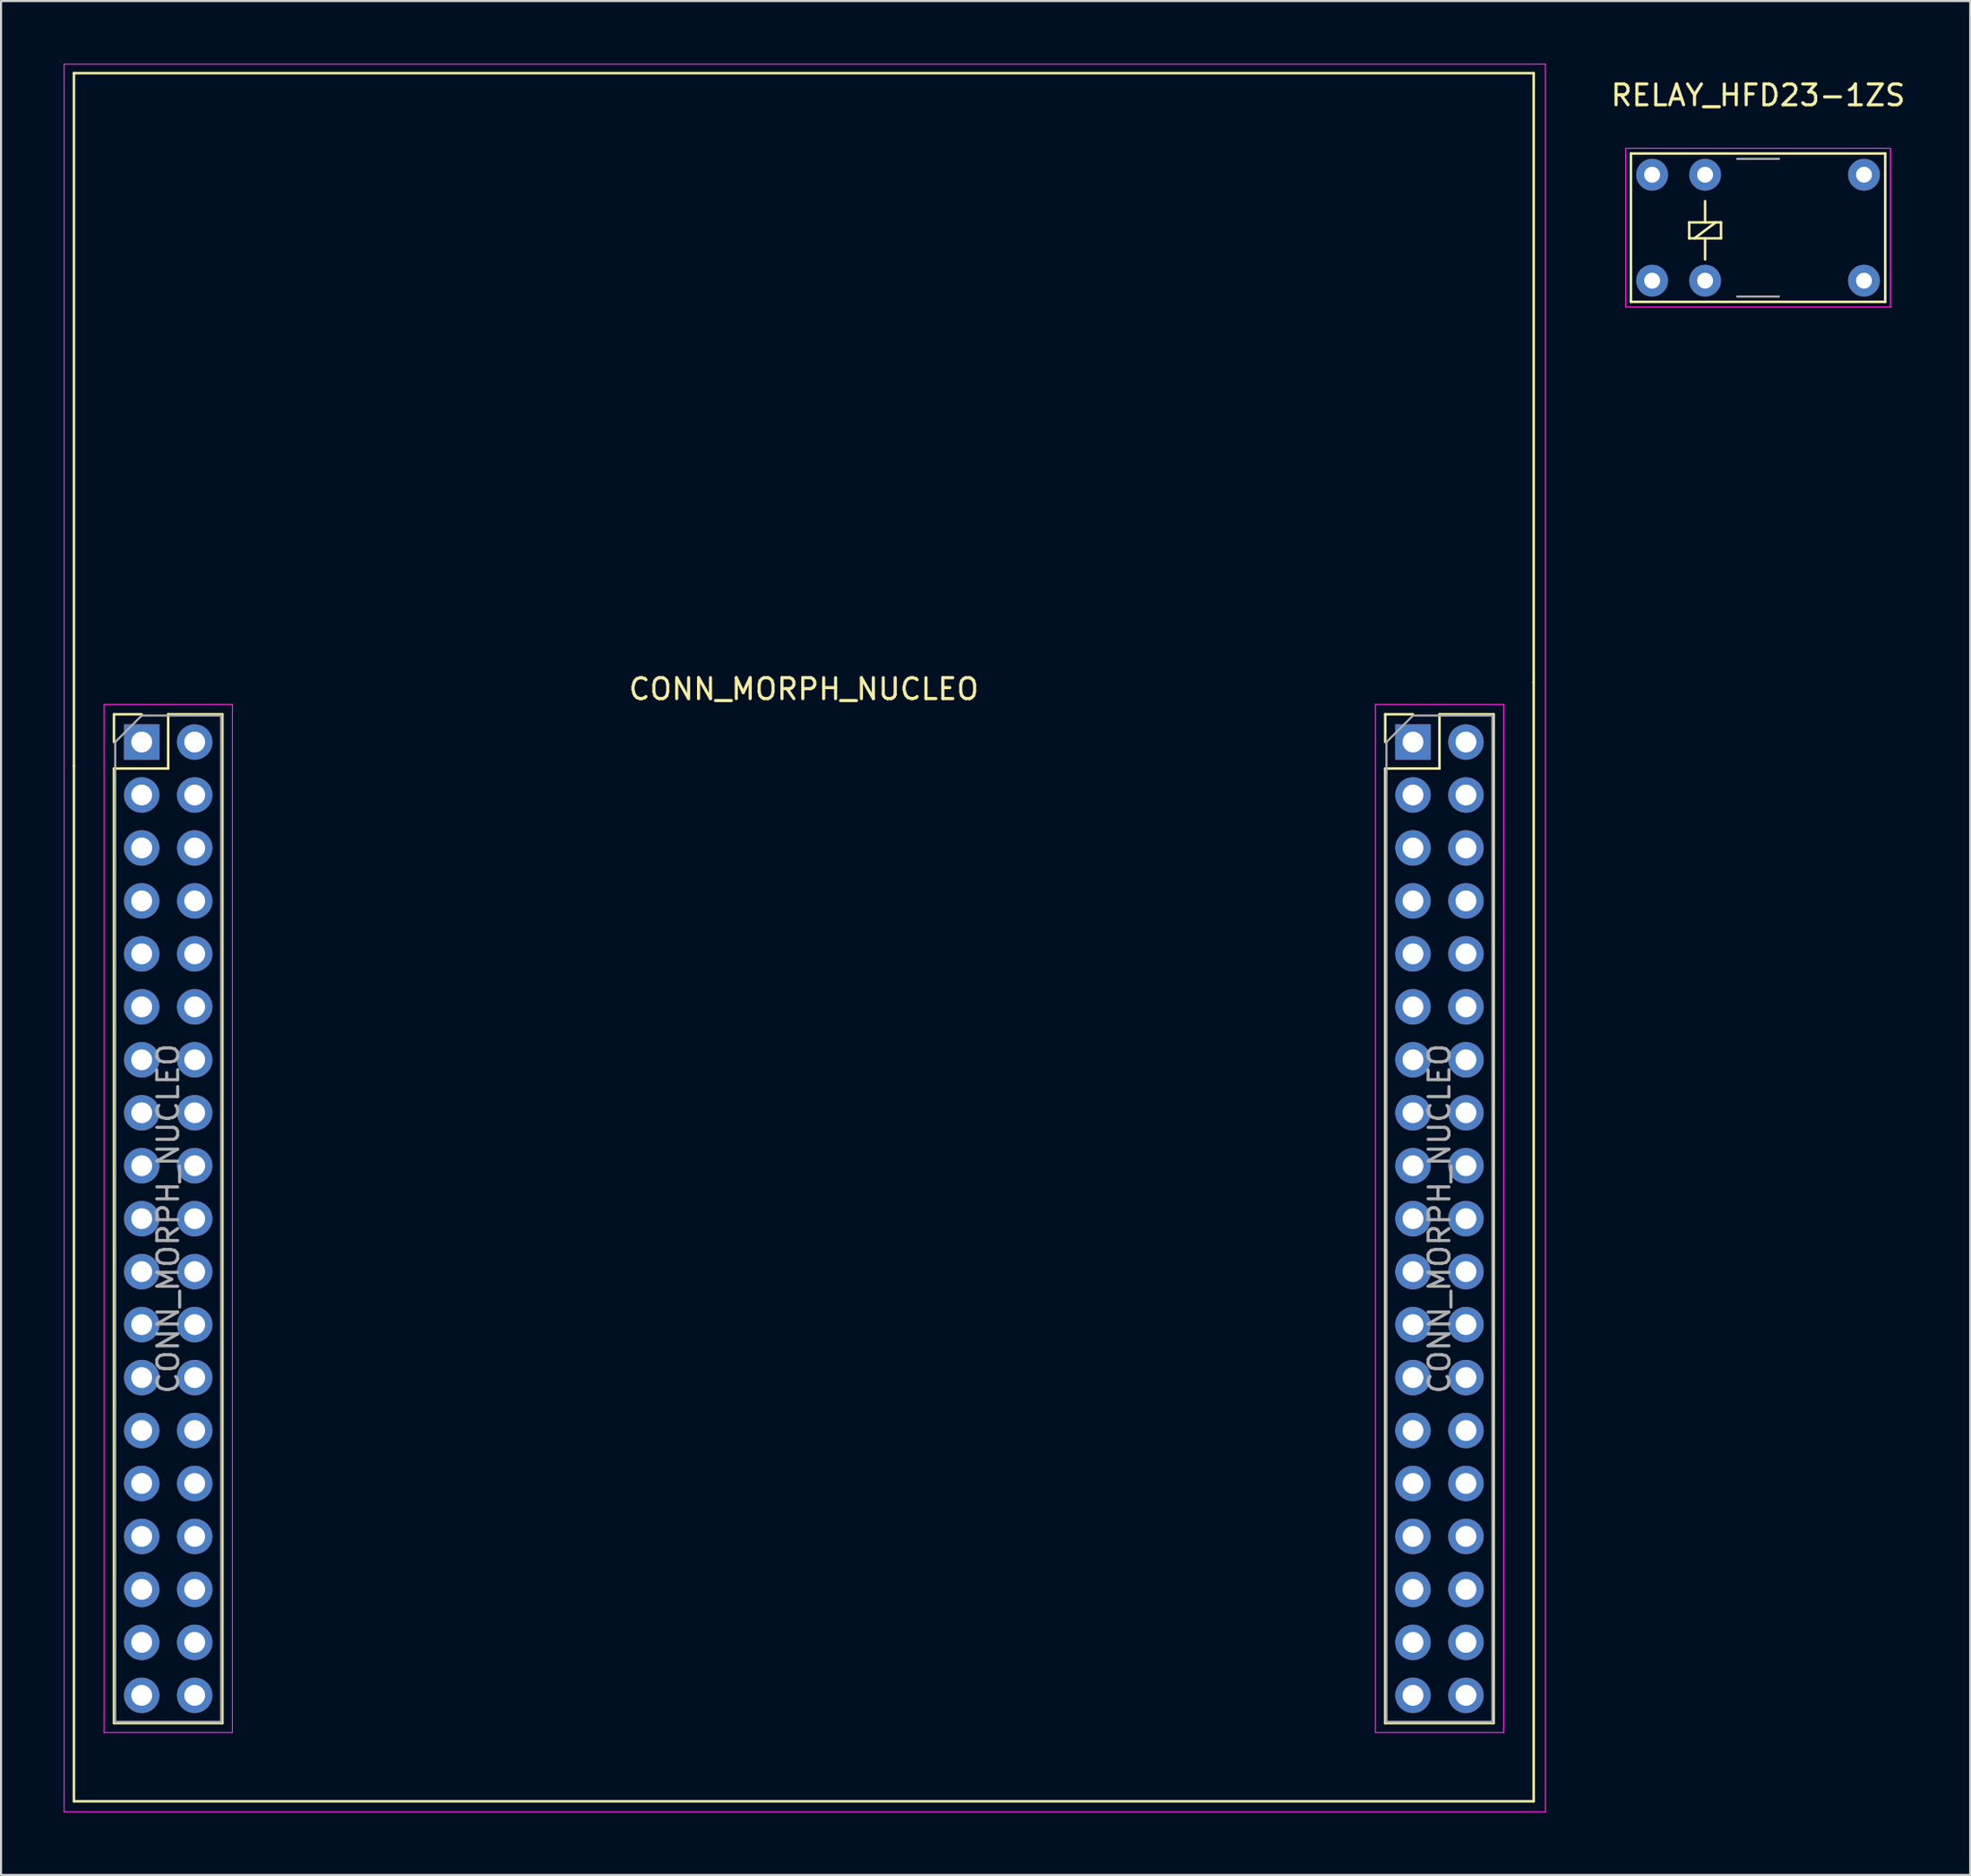
<source format=kicad_pcb>
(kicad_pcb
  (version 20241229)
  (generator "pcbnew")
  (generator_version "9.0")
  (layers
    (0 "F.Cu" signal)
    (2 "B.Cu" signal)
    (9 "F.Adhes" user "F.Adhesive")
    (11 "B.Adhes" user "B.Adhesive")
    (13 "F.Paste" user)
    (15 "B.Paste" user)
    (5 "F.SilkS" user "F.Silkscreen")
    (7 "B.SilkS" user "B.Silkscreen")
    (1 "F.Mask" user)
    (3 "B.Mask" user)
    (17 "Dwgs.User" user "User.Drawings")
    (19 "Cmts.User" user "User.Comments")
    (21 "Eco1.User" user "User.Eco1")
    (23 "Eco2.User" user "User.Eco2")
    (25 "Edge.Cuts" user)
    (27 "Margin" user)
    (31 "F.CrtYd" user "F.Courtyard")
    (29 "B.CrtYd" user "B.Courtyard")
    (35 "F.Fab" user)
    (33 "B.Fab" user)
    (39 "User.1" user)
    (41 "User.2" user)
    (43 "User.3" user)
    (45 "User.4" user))
  (footprint "RELAY_HFD23-1ZS"
    (layer "F.Cu")
    (at 81.253 0.25)
    (property "Reference" "RELAY_HFD23-1ZS" (at 0 1.27 0) (layer "F.SilkS") (effects (font (size 1 1) (thickness 0.15))))
    (attr through_hole)
    (fp_line (start -6.096 4.064) (end 6.096 4.064) (stroke (width 0.12) (type solid)) (layer "F.SilkS"))
    (fp_line (start -6.096 11.176) (end -6.096 4.064) (stroke (width 0.12) (type solid)) (layer "F.SilkS"))
    (fp_line (start -6.096 11.176) (end 6.096 11.176) (stroke (width 0.12) (type solid)) (layer "F.SilkS"))
    (fp_line (start -3.302 8.128) (end -3.302 7.366) (stroke (width 0.12) (type solid)) (layer "F.SilkS"))
    (fp_line (start -3.048 8.128) (end -2.032 7.366) (stroke (width 0.12) (type solid)) (layer "F.SilkS"))
    (fp_line (start -2.54 7.366) (end -2.54 6.35) (stroke (width 0.12) (type solid)) (layer "F.SilkS"))
    (fp_line (start -2.54 9.144) (end -2.54 8.128) (stroke (width 0.12) (type solid)) (layer "F.SilkS"))
    (fp_line (start -1.778 7.366) (end -3.302 7.366) (stroke (width 0.12) (type solid)) (layer "F.SilkS"))
    (fp_line (start -1.778 8.128) (end -3.302 8.128) (stroke (width 0.12) (type solid)) (layer "F.SilkS"))
    (fp_line (start -1.778 8.128) (end -1.778 7.366) (stroke (width 0.12) (type solid)) (layer "F.SilkS"))
    (fp_line (start 6.096 11.176) (end 6.096 4.064) (stroke (width 0.12) (type solid)) (layer "F.SilkS"))
    (fp_line (start -6.35 3.81) (end -6.35 11.43) (stroke (width 0.05) (type solid)) (layer "F.CrtYd"))
    (fp_line (start -6.35 3.81) (end 6.35 3.81) (stroke (width 0.05) (type solid)) (layer "F.CrtYd"))
    (fp_line (start 6.35 3.81) (end 6.35 11.43) (stroke (width 0.05) (type solid)) (layer "F.CrtYd"))
    (fp_line (start 6.35 11.43) (end -6.35 11.43) (stroke (width 0.05) (type solid)) (layer "F.CrtYd"))
    (fp_line (start -1 4.318) (end 1 4.318) (stroke (width 0.1) (type solid)) (layer "F.Fab"))
    (fp_line (start 1 10.922) (end -1 10.922) (stroke (width 0.1) (type solid)) (layer "F.Fab"))
    (pad "" thru_hole circle (at -5.08 5.08) (size 1.524 1.524) (drill 0.762) (layers "*.Cu" "*.Mask"))
    (pad "" thru_hole circle (at 5.08 10.16) (size 1.524 1.524) (drill 0.762) (layers "*.Cu" "*.Mask"))
    (pad "1" thru_hole circle (at -2.54 5.08) (size 1.524 1.524) (drill 0.762) (layers "*.Cu" "*.Mask"))
    (pad "2" thru_hole circle (at -2.54 10.16) (size 1.524 1.524) (drill 0.762) (layers "*.Cu" "*.Mask"))
    (pad "3" thru_hole circle (at -5.08 10.16) (size 1.524 1.524) (drill 0.762) (layers "*.Cu" "*.Mask"))
    (pad "4" thru_hole circle (at 5.08 5.08) (size 1.524 1.524) (drill 0.762) (layers "*.Cu" "*.Mask")))
  (footprint "CONN_MORPH_NUCLEO"
    (layer "F.Cu")
    (at 35.495 27.457)
    (property "Reference" "CONN_MORPH_NUCLEO" (at 0 2.54 0) (layer "F.SilkS") (effects (font (size 1 1) (thickness 0.15))))
    (attr through_hole)
    (fp_line (start -35 -27) (end -35 6.22) (stroke (width 0.12) (type solid)) (layer "F.SilkS"))
    (fp_line (start -35 6.22) (end -35 55.88) (stroke (width 0.12) (type solid)) (layer "F.SilkS"))
    (fp_line (start -33.08 3.75) (end -31.75 3.75) (stroke (width 0.12) (type solid)) (layer "F.SilkS"))
    (fp_line (start -33.08 5.08) (end -33.08 3.75) (stroke (width 0.12) (type solid)) (layer "F.SilkS"))
    (fp_line (start -33.08 6.35) (end -33.08 52.13) (stroke (width 0.12) (type solid)) (layer "F.SilkS"))
    (fp_line (start -33.08 6.35) (end -30.48 6.35) (stroke (width 0.12) (type solid)) (layer "F.SilkS"))
    (fp_line (start -33.08 52.13) (end -27.88 52.13) (stroke (width 0.12) (type solid)) (layer "F.SilkS"))
    (fp_line (start -30.48 3.75) (end -27.88 3.75) (stroke (width 0.12) (type solid)) (layer "F.SilkS"))
    (fp_line (start -30.48 6.35) (end -30.48 3.75) (stroke (width 0.12) (type solid)) (layer "F.SilkS"))
    (fp_line (start -27.88 3.75) (end -27.88 52.13) (stroke (width 0.12) (type solid)) (layer "F.SilkS"))
    (fp_line (start 27.88 3.75) (end 29.21 3.75) (stroke (width 0.12) (type solid)) (layer "F.SilkS"))
    (fp_line (start 27.88 5.08) (end 27.88 3.75) (stroke (width 0.12) (type solid)) (layer "F.SilkS"))
    (fp_line (start 27.88 6.35) (end 27.88 52.13) (stroke (width 0.12) (type solid)) (layer "F.SilkS"))
    (fp_line (start 27.88 6.35) (end 30.48 6.35) (stroke (width 0.12) (type solid)) (layer "F.SilkS"))
    (fp_line (start 27.88 52.13) (end 33.08 52.13) (stroke (width 0.12) (type solid)) (layer "F.SilkS"))
    (fp_line (start 30.48 3.75) (end 33.08 3.75) (stroke (width 0.12) (type solid)) (layer "F.SilkS"))
    (fp_line (start 30.48 6.35) (end 30.48 3.75) (stroke (width 0.12) (type solid)) (layer "F.SilkS"))
    (fp_line (start 33.08 3.75) (end 33.08 52.13) (stroke (width 0.12) (type solid)) (layer "F.SilkS"))
    (fp_line (start 35 -27) (end -35 -27) (stroke (width 0.12) (type solid)) (layer "F.SilkS"))
    (fp_line (start 35 -27) (end 35 2.22) (stroke (width 0.12) (type solid)) (layer "F.SilkS"))
    (fp_line (start 35 2.22) (end 35 55.88) (stroke (width 0.12) (type solid)) (layer "F.SilkS"))
    (fp_line (start 35 55.88) (end -35 55.88) (stroke (width 0.12) (type solid)) (layer "F.SilkS"))
    (fp_line (start -35.47 -27.432) (end -35.47 56.388) (stroke (width 0.05) (type solid)) (layer "F.CrtYd"))
    (fp_line (start -35.47 -27.432) (end 35.56 -27.432) (stroke (width 0.05) (type solid)) (layer "F.CrtYd"))
    (fp_line (start -35.47 56.388) (end 35.56 56.388) (stroke (width 0.05) (type solid)) (layer "F.CrtYd"))
    (fp_line (start -33.55 3.28) (end -33.55 52.58) (stroke (width 0.05) (type solid)) (layer "F.CrtYd"))
    (fp_line (start -33.55 52.58) (end -27.4 52.58) (stroke (width 0.05) (type solid)) (layer "F.CrtYd"))
    (fp_line (start -27.4 3.28) (end -33.55 3.28) (stroke (width 0.05) (type solid)) (layer "F.CrtYd"))
    (fp_line (start -27.4 52.58) (end -27.4 3.28) (stroke (width 0.05) (type solid)) (layer "F.CrtYd"))
    (fp_line (start 27.41 3.28) (end 27.41 52.58) (stroke (width 0.05) (type solid)) (layer "F.CrtYd"))
    (fp_line (start 27.41 52.58) (end 33.56 52.58) (stroke (width 0.05) (type solid)) (layer "F.CrtYd"))
    (fp_line (start 33.56 3.28) (end 27.41 3.28) (stroke (width 0.05) (type solid)) (layer "F.CrtYd"))
    (fp_line (start 33.56 52.58) (end 33.56 3.28) (stroke (width 0.05) (type solid)) (layer "F.CrtYd"))
    (fp_line (start 35.56 -27.432) (end 35.56 56.388) (stroke (width 0.05) (type solid)) (layer "F.CrtYd"))
    (fp_line (start -33.02 5.08) (end -31.75 3.81) (stroke (width 0.1) (type solid)) (layer "F.Fab"))
    (fp_line (start -33.02 52.07) (end -33.02 5.08) (stroke (width 0.1) (type solid)) (layer "F.Fab"))
    (fp_line (start -31.75 3.81) (end -27.94 3.81) (stroke (width 0.1) (type solid)) (layer "F.Fab"))
    (fp_line (start -27.94 3.81) (end -27.94 52.07) (stroke (width 0.1) (type solid)) (layer "F.Fab"))
    (fp_line (start -27.94 52.07) (end -33.02 52.07) (stroke (width 0.1) (type solid)) (layer "F.Fab"))
    (fp_line (start 27.94 5.08) (end 29.21 3.81) (stroke (width 0.1) (type solid)) (layer "F.Fab"))
    (fp_line (start 27.94 52.07) (end 27.94 5.08) (stroke (width 0.1) (type solid)) (layer "F.Fab"))
    (fp_line (start 29.21 3.81) (end 33.02 3.81) (stroke (width 0.1) (type solid)) (layer "F.Fab"))
    (fp_line (start 33.02 3.81) (end 33.02 52.07) (stroke (width 0.1) (type solid)) (layer "F.Fab"))
    (fp_line (start 33.02 52.07) (end 27.94 52.07) (stroke (width 0.1) (type solid)) (layer "F.Fab"))
    (fp_text user "${REFERENCE}" (at 30.48 27.94 90) (layer "F.Fab") (effects (font (size 1 1) (thickness 0.15))))
    (fp_text user "${REFERENCE}" (at -30.48 27.94 90) (layer "F.Fab") (effects (font (size 1 1) (thickness 0.15))))
    (pad "J1_1" thru_hole rect (at -31.75 5.08) (size 1.7 1.7) (drill 1) (layers "*.Cu" "*.Mask"))
    (pad "J1_2" thru_hole oval (at -29.21 5.08) (size 1.7 1.7) (drill 1) (layers "*.Cu" "*.Mask"))
    (pad "J1_3" thru_hole oval (at -31.75 7.62) (size 1.7 1.7) (drill 1) (layers "*.Cu" "*.Mask"))
    (pad "J1_4" thru_hole oval (at -29.21 7.62) (size 1.7 1.7) (drill 1) (layers "*.Cu" "*.Mask"))
    (pad "J1_5" thru_hole oval (at -31.75 10.16) (size 1.7 1.7) (drill 1) (layers "*.Cu" "*.Mask"))
    (pad "J1_6" thru_hole oval (at -29.21 10.16) (size 1.7 1.7) (drill 1) (layers "*.Cu" "*.Mask"))
    (pad "J1_7" thru_hole oval (at -31.75 12.7) (size 1.7 1.7) (drill 1) (layers "*.Cu" "*.Mask"))
    (pad "J1_8" thru_hole oval (at -29.21 12.7) (size 1.7 1.7) (drill 1) (layers "*.Cu" "*.Mask"))
    (pad "J1_9" thru_hole oval (at -31.75 15.24) (size 1.7 1.7) (drill 1) (layers "*.Cu" "*.Mask"))
    (pad "J1_10" thru_hole oval (at -29.21 15.24) (size 1.7 1.7) (drill 1) (layers "*.Cu" "*.Mask"))
    (pad "J1_11" thru_hole oval (at -31.75 17.78) (size 1.7 1.7) (drill 1) (layers "*.Cu" "*.Mask"))
    (pad "J1_12" thru_hole oval (at -29.21 17.78) (size 1.7 1.7) (drill 1) (layers "*.Cu" "*.Mask"))
    (pad "J1_13" thru_hole oval (at -31.75 20.32) (size 1.7 1.7) (drill 1) (layers "*.Cu" "*.Mask"))
    (pad "J1_14" thru_hole oval (at -29.21 20.32) (size 1.7 1.7) (drill 1) (layers "*.Cu" "*.Mask"))
    (pad "J1_15" thru_hole oval (at -31.75 22.86) (size 1.7 1.7) (drill 1) (layers "*.Cu" "*.Mask"))
    (pad "J1_16" thru_hole oval (at -29.21 22.86) (size 1.7 1.7) (drill 1) (layers "*.Cu" "*.Mask"))
    (pad "J1_17" thru_hole oval (at -31.75 25.4) (size 1.7 1.7) (drill 1) (layers "*.Cu" "*.Mask"))
    (pad "J1_18" thru_hole oval (at -29.21 25.4) (size 1.7 1.7) (drill 1) (layers "*.Cu" "*.Mask"))
    (pad "J1_19" thru_hole oval (at -31.75 27.94) (size 1.7 1.7) (drill 1) (layers "*.Cu" "*.Mask"))
    (pad "J1_20" thru_hole oval (at -29.21 27.94) (size 1.7 1.7) (drill 1) (layers "*.Cu" "*.Mask"))
    (pad "J1_21" thru_hole oval (at -31.75 30.48) (size 1.7 1.7) (drill 1) (layers "*.Cu" "*.Mask"))
    (pad "J1_22" thru_hole oval (at -29.21 30.48) (size 1.7 1.7) (drill 1) (layers "*.Cu" "*.Mask"))
    (pad "J1_23" thru_hole oval (at -31.75 33.02) (size 1.7 1.7) (drill 1) (layers "*.Cu" "*.Mask"))
    (pad "J1_24" thru_hole oval (at -29.21 33.02) (size 1.7 1.7) (drill 1) (layers "*.Cu" "*.Mask"))
    (pad "J1_25" thru_hole oval (at -31.75 35.56) (size 1.7 1.7) (drill 1) (layers "*.Cu" "*.Mask"))
    (pad "J1_26" thru_hole oval (at -29.21 35.56) (size 1.7 1.7) (drill 1) (layers "*.Cu" "*.Mask"))
    (pad "J1_27" thru_hole oval (at -31.75 38.1) (size 1.7 1.7) (drill 1) (layers "*.Cu" "*.Mask"))
    (pad "J1_28" thru_hole oval (at -29.21 38.1) (size 1.7 1.7) (drill 1) (layers "*.Cu" "*.Mask"))
    (pad "J1_29" thru_hole oval (at -31.75 40.64) (size 1.7 1.7) (drill 1) (layers "*.Cu" "*.Mask"))
    (pad "J1_30" thru_hole oval (at -29.21 40.64) (size 1.7 1.7) (drill 1) (layers "*.Cu" "*.Mask"))
    (pad "J1_31" thru_hole oval (at -31.75 43.18) (size 1.7 1.7) (drill 1) (layers "*.Cu" "*.Mask"))
    (pad "J1_32" thru_hole oval (at -29.21 43.18) (size 1.7 1.7) (drill 1) (layers "*.Cu" "*.Mask"))
    (pad "J1_33" thru_hole oval (at -31.75 45.72) (size 1.7 1.7) (drill 1) (layers "*.Cu" "*.Mask"))
    (pad "J1_34" thru_hole oval (at -29.21 45.72) (size 1.7 1.7) (drill 1) (layers "*.Cu" "*.Mask"))
    (pad "J1_35" thru_hole oval (at -31.75 48.26) (size 1.7 1.7) (drill 1) (layers "*.Cu" "*.Mask"))
    (pad "J1_36" thru_hole oval (at -29.21 48.26) (size 1.7 1.7) (drill 1) (layers "*.Cu" "*.Mask"))
    (pad "J1_37" thru_hole oval (at -31.75 50.8) (size 1.7 1.7) (drill 1) (layers "*.Cu" "*.Mask"))
    (pad "J1_38" thru_hole oval (at -29.21 50.8) (size 1.7 1.7) (drill 1) (layers "*.Cu" "*.Mask"))
    (pad "J2_1" thru_hole rect (at 29.21 5.08) (size 1.7 1.7) (drill 1) (layers "*.Cu" "*.Mask"))
    (pad "J2_2" thru_hole oval (at 31.75 5.08) (size 1.7 1.7) (drill 1) (layers "*.Cu" "*.Mask"))
    (pad "J2_3" thru_hole oval (at 29.21 7.62) (size 1.7 1.7) (drill 1) (layers "*.Cu" "*.Mask"))
    (pad "J2_4" thru_hole oval (at 31.75 7.62) (size 1.7 1.7) (drill 1) (layers "*.Cu" "*.Mask"))
    (pad "J2_5" thru_hole oval (at 29.21 10.16) (size 1.7 1.7) (drill 1) (layers "*.Cu" "*.Mask"))
    (pad "J2_6" thru_hole oval (at 31.75 10.16) (size 1.7 1.7) (drill 1) (layers "*.Cu" "*.Mask"))
    (pad "J2_7" thru_hole oval (at 29.21 12.7) (size 1.7 1.7) (drill 1) (layers "*.Cu" "*.Mask"))
    (pad "J2_8" thru_hole oval (at 31.75 12.7) (size 1.7 1.7) (drill 1) (layers "*.Cu" "*.Mask"))
    (pad "J2_9" thru_hole oval (at 29.21 15.24) (size 1.7 1.7) (drill 1) (layers "*.Cu" "*.Mask"))
    (pad "J2_10" thru_hole oval (at 31.75 15.24) (size 1.7 1.7) (drill 1) (layers "*.Cu" "*.Mask"))
    (pad "J2_11" thru_hole oval (at 29.21 17.78) (size 1.7 1.7) (drill 1) (layers "*.Cu" "*.Mask"))
    (pad "J2_12" thru_hole oval (at 31.75 17.78) (size 1.7 1.7) (drill 1) (layers "*.Cu" "*.Mask"))
    (pad "J2_13" thru_hole oval (at 29.21 20.32) (size 1.7 1.7) (drill 1) (layers "*.Cu" "*.Mask"))
    (pad "J2_14" thru_hole oval (at 31.75 20.32) (size 1.7 1.7) (drill 1) (layers "*.Cu" "*.Mask"))
    (pad "J2_15" thru_hole oval (at 29.21 22.86) (size 1.7 1.7) (drill 1) (layers "*.Cu" "*.Mask"))
    (pad "J2_16" thru_hole oval (at 31.75 22.86) (size 1.7 1.7) (drill 1) (layers "*.Cu" "*.Mask"))
    (pad "J2_17" thru_hole oval (at 29.21 25.4) (size 1.7 1.7) (drill 1) (layers "*.Cu" "*.Mask"))
    (pad "J2_18" thru_hole oval (at 31.75 25.4) (size 1.7 1.7) (drill 1) (layers "*.Cu" "*.Mask"))
    (pad "J2_19" thru_hole oval (at 29.21 27.94) (size 1.7 1.7) (drill 1) (layers "*.Cu" "*.Mask"))
    (pad "J2_20" thru_hole oval (at 31.75 27.94) (size 1.7 1.7) (drill 1) (layers "*.Cu" "*.Mask"))
    (pad "J2_21" thru_hole oval (at 29.21 30.48) (size 1.7 1.7) (drill 1) (layers "*.Cu" "*.Mask"))
    (pad "J2_22" thru_hole oval (at 31.75 30.48) (size 1.7 1.7) (drill 1) (layers "*.Cu" "*.Mask"))
    (pad "J2_23" thru_hole oval (at 29.21 33.02) (size 1.7 1.7) (drill 1) (layers "*.Cu" "*.Mask"))
    (pad "J2_24" thru_hole oval (at 31.75 33.02) (size 1.7 1.7) (drill 1) (layers "*.Cu" "*.Mask"))
    (pad "J2_25" thru_hole oval (at 29.21 35.56) (size 1.7 1.7) (drill 1) (layers "*.Cu" "*.Mask"))
    (pad "J2_26" thru_hole oval (at 31.75 35.56) (size 1.7 1.7) (drill 1) (layers "*.Cu" "*.Mask"))
    (pad "J2_27" thru_hole oval (at 29.21 38.1) (size 1.7 1.7) (drill 1) (layers "*.Cu" "*.Mask"))
    (pad "J2_28" thru_hole oval (at 31.75 38.1) (size 1.7 1.7) (drill 1) (layers "*.Cu" "*.Mask"))
    (pad "J2_29" thru_hole oval (at 29.21 40.64) (size 1.7 1.7) (drill 1) (layers "*.Cu" "*.Mask"))
    (pad "J2_30" thru_hole oval (at 31.75 40.64) (size 1.7 1.7) (drill 1) (layers "*.Cu" "*.Mask"))
    (pad "J2_31" thru_hole oval (at 29.21 43.18) (size 1.7 1.7) (drill 1) (layers "*.Cu" "*.Mask"))
    (pad "J2_32" thru_hole oval (at 31.75 43.18) (size 1.7 1.7) (drill 1) (layers "*.Cu" "*.Mask"))
    (pad "J2_33" thru_hole oval (at 29.21 45.72) (size 1.7 1.7) (drill 1) (layers "*.Cu" "*.Mask"))
    (pad "J2_34" thru_hole oval (at 31.75 45.72) (size 1.7 1.7) (drill 1) (layers "*.Cu" "*.Mask"))
    (pad "J2_35" thru_hole oval (at 29.21 48.26) (size 1.7 1.7) (drill 1) (layers "*.Cu" "*.Mask"))
    (pad "J2_36" thru_hole oval (at 31.75 48.26) (size 1.7 1.7) (drill 1) (layers "*.Cu" "*.Mask"))
    (pad "J2_37" thru_hole oval (at 29.21 50.8) (size 1.7 1.7) (drill 1) (layers "*.Cu" "*.Mask"))
    (pad "J2_38" thru_hole oval (at 31.75 50.8) (size 1.7 1.7) (drill 1) (layers "*.Cu" "*.Mask")))
  (gr_rect
    (start -3 -3)
    (end 91.425 86.87)
    (stroke (width 0.1) (type default))
    (fill no)
    (layer "Edge.Cuts")))
</source>
